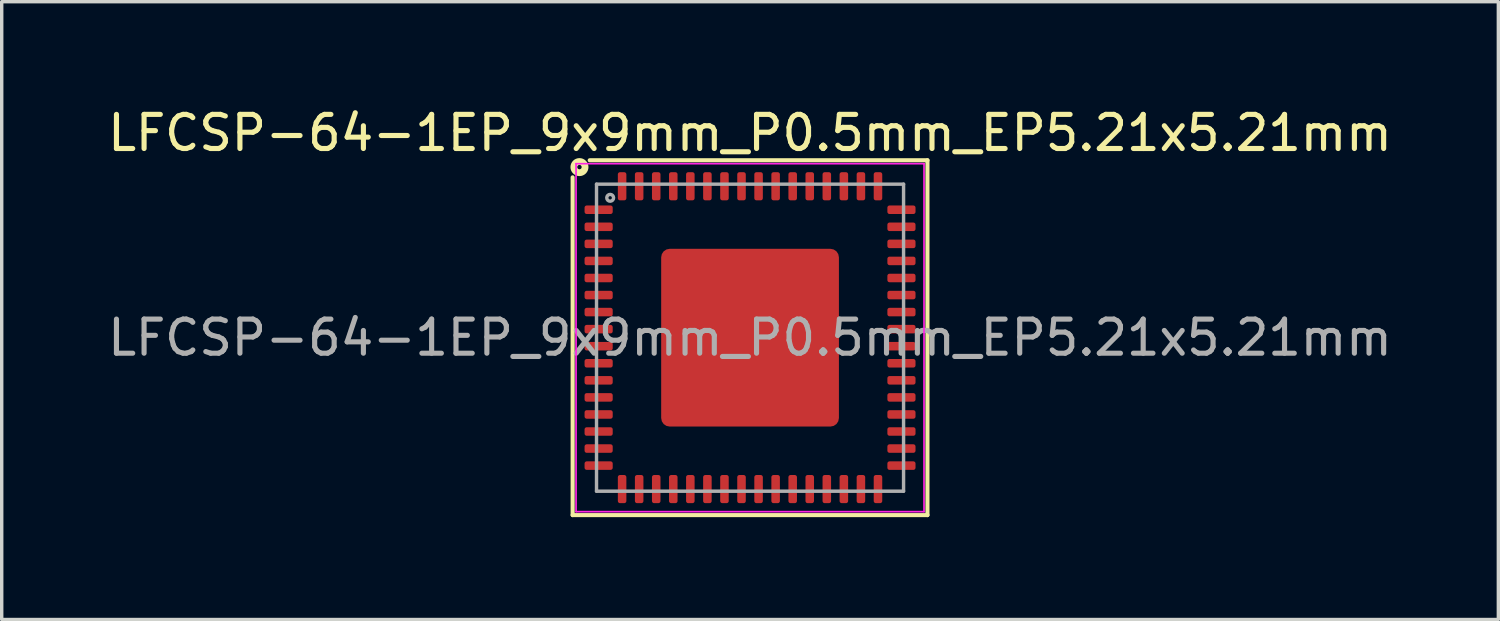
<source format=kicad_pcb>
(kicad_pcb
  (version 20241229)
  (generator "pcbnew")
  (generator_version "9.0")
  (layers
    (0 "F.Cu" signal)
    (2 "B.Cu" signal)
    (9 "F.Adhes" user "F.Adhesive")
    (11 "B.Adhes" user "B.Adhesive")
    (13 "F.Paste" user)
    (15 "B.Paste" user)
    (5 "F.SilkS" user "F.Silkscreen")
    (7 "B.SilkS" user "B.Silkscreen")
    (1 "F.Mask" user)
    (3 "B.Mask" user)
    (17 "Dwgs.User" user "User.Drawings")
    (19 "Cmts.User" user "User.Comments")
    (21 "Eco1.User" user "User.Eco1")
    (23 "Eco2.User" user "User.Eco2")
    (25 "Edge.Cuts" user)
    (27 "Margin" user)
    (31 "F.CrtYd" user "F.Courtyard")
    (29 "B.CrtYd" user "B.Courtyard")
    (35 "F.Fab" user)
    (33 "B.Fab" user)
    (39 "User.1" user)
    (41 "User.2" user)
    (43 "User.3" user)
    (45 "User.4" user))
  (footprint "LFCSP-64-1EP_9x9mm_P0.5mm_EP5.21x5.21mm"
    (layer "F.Cu")
    (at 18.935 6.848)
    (property "Reference" "LFCSP-64-1EP_9x9mm_P0.5mm_EP5.21x5.21mm" (at 0 -6 0) (layer "F.SilkS") (effects (font (size 1 1) (thickness 0.15))))
    (attr smd)
    (fp_line (start -5.2 5.2) (end -5.2 -4.7) (stroke (width 0.12) (type solid)) (layer "F.SilkS"))
    (fp_line (start 5.2 -5.2) (end -4.7 -5.2) (stroke (width 0.12) (type solid)) (layer "F.SilkS"))
    (fp_line (start 5.2 -5.2) (end 5.2 5.2) (stroke (width 0.12) (type solid)) (layer "F.SilkS"))
    (fp_line (start 5.2 5.2) (end -5.2 5.2) (stroke (width 0.12) (type solid)) (layer "F.SilkS"))
    (fp_circle (center -5 -5) (end -4.936 -5) (stroke (width 0.2) (type solid)) (fill no) (layer "F.SilkS"))
    (fp_line (start -5.1 -5.1) (end -5.1 5.1) (stroke (width 0.05) (type solid)) (layer "F.CrtYd"))
    (fp_line (start -5.1 5.1) (end 5.1 5.1) (stroke (width 0.05) (type solid)) (layer "F.CrtYd"))
    (fp_line (start 5.1 -5.1) (end -5.1 -5.1) (stroke (width 0.05) (type solid)) (layer "F.CrtYd"))
    (fp_line (start 5.1 5.1) (end 5.1 -5.1) (stroke (width 0.05) (type solid)) (layer "F.CrtYd"))
    (fp_line (start -4.5 -4.5) (end 4.5 -4.5) (stroke (width 0.1) (type solid)) (layer "F.Fab"))
    (fp_line (start -4.5 4.5) (end -4.5 -4.5) (stroke (width 0.1) (type solid)) (layer "F.Fab"))
    (fp_line (start 4.5 -4.5) (end 4.5 4.5) (stroke (width 0.1) (type solid)) (layer "F.Fab"))
    (fp_line (start 4.5 4.5) (end -4.5 4.5) (stroke (width 0.1) (type solid)) (layer "F.Fab"))
    (fp_circle (center -4.1 -4.1) (end -4 -4.1) (stroke (width 0.1) (type solid)) (fill no) (layer "F.Fab"))
    (fp_text user "${REFERENCE}" (at 0 0 0) (layer "F.Fab") (effects (font (size 1 1) (thickness 0.15))))
    (pad "" smd roundrect (at -1.3 -1.3) (size 2.1 2.1) (layers "F.Paste") (roundrect_rratio 0.119))
    (pad "" smd roundrect (at -1.3 1.3) (size 2.1 2.1) (layers "F.Paste") (roundrect_rratio 0.119))
    (pad "" smd roundrect (at 1.3 -1.3) (size 2.1 2.1) (layers "F.Paste") (roundrect_rratio 0.119))
    (pad "" smd roundrect (at 1.3 1.3) (size 2.1 2.1) (layers "F.Paste") (roundrect_rratio 0.119))
    (pad "1" smd roundrect (at -4.438 -3.75) (size 0.825 0.25) (layers "F.Cu" "F.Mask" "F.Paste") (roundrect_rratio 0.25))
    (pad "2" smd roundrect (at -4.438 -3.25) (size 0.825 0.25) (layers "F.Cu" "F.Mask" "F.Paste") (roundrect_rratio 0.25))
    (pad "3" smd roundrect (at -4.438 -2.75) (size 0.825 0.25) (layers "F.Cu" "F.Mask" "F.Paste") (roundrect_rratio 0.25))
    (pad "4" smd roundrect (at -4.438 -2.25) (size 0.825 0.25) (layers "F.Cu" "F.Mask" "F.Paste") (roundrect_rratio 0.25))
    (pad "5" smd roundrect (at -4.438 -1.75) (size 0.825 0.25) (layers "F.Cu" "F.Mask" "F.Paste") (roundrect_rratio 0.25))
    (pad "6" smd roundrect (at -4.438 -1.25) (size 0.825 0.25) (layers "F.Cu" "F.Mask" "F.Paste") (roundrect_rratio 0.25))
    (pad "7" smd roundrect (at -4.438 -0.75) (size 0.825 0.25) (layers "F.Cu" "F.Mask" "F.Paste") (roundrect_rratio 0.25))
    (pad "8" smd roundrect (at -4.438 -0.25) (size 0.825 0.25) (layers "F.Cu" "F.Mask" "F.Paste") (roundrect_rratio 0.25))
    (pad "9" smd roundrect (at -4.438 0.25) (size 0.825 0.25) (layers "F.Cu" "F.Mask" "F.Paste") (roundrect_rratio 0.25))
    (pad "10" smd roundrect (at -4.438 0.75) (size 0.825 0.25) (layers "F.Cu" "F.Mask" "F.Paste") (roundrect_rratio 0.25))
    (pad "11" smd roundrect (at -4.438 1.25) (size 0.825 0.25) (layers "F.Cu" "F.Mask" "F.Paste") (roundrect_rratio 0.25))
    (pad "12" smd roundrect (at -4.438 1.75) (size 0.825 0.25) (layers "F.Cu" "F.Mask" "F.Paste") (roundrect_rratio 0.25))
    (pad "13" smd roundrect (at -4.438 2.25) (size 0.825 0.25) (layers "F.Cu" "F.Mask" "F.Paste") (roundrect_rratio 0.25))
    (pad "14" smd roundrect (at -4.438 2.75) (size 0.825 0.25) (layers "F.Cu" "F.Mask" "F.Paste") (roundrect_rratio 0.25))
    (pad "15" smd roundrect (at -4.438 3.25) (size 0.825 0.25) (layers "F.Cu" "F.Mask" "F.Paste") (roundrect_rratio 0.25))
    (pad "16" smd roundrect (at -4.438 3.75) (size 0.825 0.25) (layers "F.Cu" "F.Mask" "F.Paste") (roundrect_rratio 0.25))
    (pad "17" smd roundrect (at -3.75 4.438) (size 0.25 0.825) (layers "F.Cu" "F.Mask" "F.Paste") (roundrect_rratio 0.25))
    (pad "18" smd roundrect (at -3.25 4.438) (size 0.25 0.825) (layers "F.Cu" "F.Mask" "F.Paste") (roundrect_rratio 0.25))
    (pad "19" smd roundrect (at -2.75 4.438) (size 0.25 0.825) (layers "F.Cu" "F.Mask" "F.Paste") (roundrect_rratio 0.25))
    (pad "20" smd roundrect (at -2.25 4.438) (size 0.25 0.825) (layers "F.Cu" "F.Mask" "F.Paste") (roundrect_rratio 0.25))
    (pad "21" smd roundrect (at -1.75 4.438) (size 0.25 0.825) (layers "F.Cu" "F.Mask" "F.Paste") (roundrect_rratio 0.25))
    (pad "22" smd roundrect (at -1.25 4.438) (size 0.25 0.825) (layers "F.Cu" "F.Mask" "F.Paste") (roundrect_rratio 0.25))
    (pad "23" smd roundrect (at -0.75 4.438) (size 0.25 0.825) (layers "F.Cu" "F.Mask" "F.Paste") (roundrect_rratio 0.25))
    (pad "24" smd roundrect (at -0.25 4.438) (size 0.25 0.825) (layers "F.Cu" "F.Mask" "F.Paste") (roundrect_rratio 0.25))
    (pad "25" smd roundrect (at 0.25 4.438) (size 0.25 0.825) (layers "F.Cu" "F.Mask" "F.Paste") (roundrect_rratio 0.25))
    (pad "26" smd roundrect (at 0.75 4.438) (size 0.25 0.825) (layers "F.Cu" "F.Mask" "F.Paste") (roundrect_rratio 0.25))
    (pad "27" smd roundrect (at 1.25 4.438) (size 0.25 0.825) (layers "F.Cu" "F.Mask" "F.Paste") (roundrect_rratio 0.25))
    (pad "28" smd roundrect (at 1.75 4.438) (size 0.25 0.825) (layers "F.Cu" "F.Mask" "F.Paste") (roundrect_rratio 0.25))
    (pad "29" smd roundrect (at 2.25 4.438) (size 0.25 0.825) (layers "F.Cu" "F.Mask" "F.Paste") (roundrect_rratio 0.25))
    (pad "30" smd roundrect (at 2.75 4.438) (size 0.25 0.825) (layers "F.Cu" "F.Mask" "F.Paste") (roundrect_rratio 0.25))
    (pad "31" smd roundrect (at 3.25 4.438) (size 0.25 0.825) (layers "F.Cu" "F.Mask" "F.Paste") (roundrect_rratio 0.25))
    (pad "32" smd roundrect (at 3.75 4.438) (size 0.25 0.825) (layers "F.Cu" "F.Mask" "F.Paste") (roundrect_rratio 0.25))
    (pad "33" smd roundrect (at 4.438 3.75) (size 0.825 0.25) (layers "F.Cu" "F.Mask" "F.Paste") (roundrect_rratio 0.25))
    (pad "34" smd roundrect (at 4.438 3.25) (size 0.825 0.25) (layers "F.Cu" "F.Mask" "F.Paste") (roundrect_rratio 0.25))
    (pad "35" smd roundrect (at 4.438 2.75) (size 0.825 0.25) (layers "F.Cu" "F.Mask" "F.Paste") (roundrect_rratio 0.25))
    (pad "36" smd roundrect (at 4.438 2.25) (size 0.825 0.25) (layers "F.Cu" "F.Mask" "F.Paste") (roundrect_rratio 0.25))
    (pad "37" smd roundrect (at 4.438 1.75) (size 0.825 0.25) (layers "F.Cu" "F.Mask" "F.Paste") (roundrect_rratio 0.25))
    (pad "38" smd roundrect (at 4.438 1.25) (size 0.825 0.25) (layers "F.Cu" "F.Mask" "F.Paste") (roundrect_rratio 0.25))
    (pad "39" smd roundrect (at 4.438 0.75) (size 0.825 0.25) (layers "F.Cu" "F.Mask" "F.Paste") (roundrect_rratio 0.25))
    (pad "40" smd roundrect (at 4.438 0.25) (size 0.825 0.25) (layers "F.Cu" "F.Mask" "F.Paste") (roundrect_rratio 0.25))
    (pad "41" smd roundrect (at 4.438 -0.25) (size 0.825 0.25) (layers "F.Cu" "F.Mask" "F.Paste") (roundrect_rratio 0.25))
    (pad "42" smd roundrect (at 4.438 -0.75) (size 0.825 0.25) (layers "F.Cu" "F.Mask" "F.Paste") (roundrect_rratio 0.25))
    (pad "43" smd roundrect (at 4.438 -1.25) (size 0.825 0.25) (layers "F.Cu" "F.Mask" "F.Paste") (roundrect_rratio 0.25))
    (pad "44" smd roundrect (at 4.438 -1.75) (size 0.825 0.25) (layers "F.Cu" "F.Mask" "F.Paste") (roundrect_rratio 0.25))
    (pad "45" smd roundrect (at 4.438 -2.25) (size 0.825 0.25) (layers "F.Cu" "F.Mask" "F.Paste") (roundrect_rratio 0.25))
    (pad "46" smd roundrect (at 4.438 -2.75) (size 0.825 0.25) (layers "F.Cu" "F.Mask" "F.Paste") (roundrect_rratio 0.25))
    (pad "47" smd roundrect (at 4.438 -3.25) (size 0.825 0.25) (layers "F.Cu" "F.Mask" "F.Paste") (roundrect_rratio 0.25))
    (pad "48" smd roundrect (at 4.438 -3.75) (size 0.825 0.25) (layers "F.Cu" "F.Mask" "F.Paste") (roundrect_rratio 0.25))
    (pad "49" smd roundrect (at 3.75 -4.438) (size 0.25 0.825) (layers "F.Cu" "F.Mask" "F.Paste") (roundrect_rratio 0.25))
    (pad "50" smd roundrect (at 3.25 -4.438) (size 0.25 0.825) (layers "F.Cu" "F.Mask" "F.Paste") (roundrect_rratio 0.25))
    (pad "51" smd roundrect (at 2.75 -4.438) (size 0.25 0.825) (layers "F.Cu" "F.Mask" "F.Paste") (roundrect_rratio 0.25))
    (pad "52" smd roundrect (at 2.25 -4.438) (size 0.25 0.825) (layers "F.Cu" "F.Mask" "F.Paste") (roundrect_rratio 0.25))
    (pad "53" smd roundrect (at 1.75 -4.438) (size 0.25 0.825) (layers "F.Cu" "F.Mask" "F.Paste") (roundrect_rratio 0.25))
    (pad "54" smd roundrect (at 1.25 -4.438) (size 0.25 0.825) (layers "F.Cu" "F.Mask" "F.Paste") (roundrect_rratio 0.25))
    (pad "55" smd roundrect (at 0.75 -4.438) (size 0.25 0.825) (layers "F.Cu" "F.Mask" "F.Paste") (roundrect_rratio 0.25))
    (pad "56" smd roundrect (at 0.25 -4.438) (size 0.25 0.825) (layers "F.Cu" "F.Mask" "F.Paste") (roundrect_rratio 0.25))
    (pad "57" smd roundrect (at -0.25 -4.438) (size 0.25 0.825) (layers "F.Cu" "F.Mask" "F.Paste") (roundrect_rratio 0.25))
    (pad "58" smd roundrect (at -0.75 -4.438) (size 0.25 0.825) (layers "F.Cu" "F.Mask" "F.Paste") (roundrect_rratio 0.25))
    (pad "59" smd roundrect (at -1.25 -4.438) (size 0.25 0.825) (layers "F.Cu" "F.Mask" "F.Paste") (roundrect_rratio 0.25))
    (pad "60" smd roundrect (at -1.75 -4.438) (size 0.25 0.825) (layers "F.Cu" "F.Mask" "F.Paste") (roundrect_rratio 0.25))
    (pad "61" smd roundrect (at -2.25 -4.438) (size 0.25 0.825) (layers "F.Cu" "F.Mask" "F.Paste") (roundrect_rratio 0.25))
    (pad "62" smd roundrect (at -2.75 -4.438) (size 0.25 0.825) (layers "F.Cu" "F.Mask" "F.Paste") (roundrect_rratio 0.25))
    (pad "63" smd roundrect (at -3.25 -4.438) (size 0.25 0.825) (layers "F.Cu" "F.Mask" "F.Paste") (roundrect_rratio 0.25))
    (pad "64" smd roundrect (at -3.75 -4.438) (size 0.25 0.825) (layers "F.Cu" "F.Mask" "F.Paste") (roundrect_rratio 0.25))
    (pad "65" smd roundrect (at 0 0) (size 5.21 5.21) (layers "F.Cu" "F.Mask") (roundrect_rratio 0.048)))
  (gr_rect
    (start -3 -3)
    (end 40.869 15.108)
    (stroke (width 0.1) (type default))
    (fill no)
    (layer "Edge.Cuts")))
</source>
